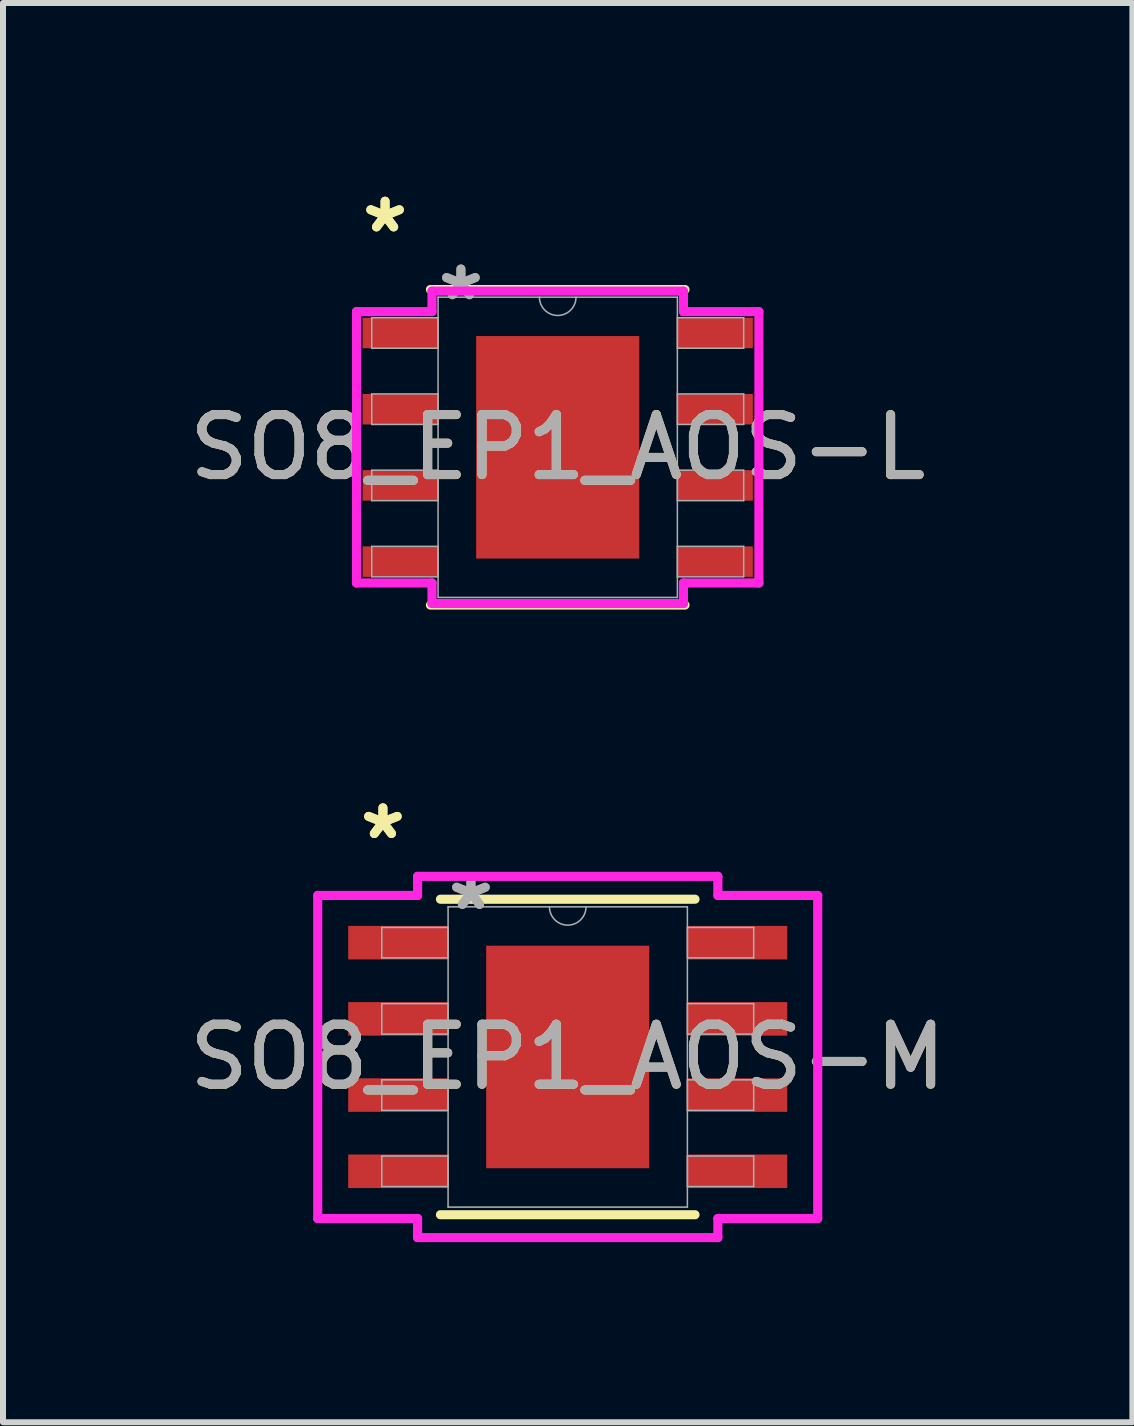
<source format=kicad_pcb>
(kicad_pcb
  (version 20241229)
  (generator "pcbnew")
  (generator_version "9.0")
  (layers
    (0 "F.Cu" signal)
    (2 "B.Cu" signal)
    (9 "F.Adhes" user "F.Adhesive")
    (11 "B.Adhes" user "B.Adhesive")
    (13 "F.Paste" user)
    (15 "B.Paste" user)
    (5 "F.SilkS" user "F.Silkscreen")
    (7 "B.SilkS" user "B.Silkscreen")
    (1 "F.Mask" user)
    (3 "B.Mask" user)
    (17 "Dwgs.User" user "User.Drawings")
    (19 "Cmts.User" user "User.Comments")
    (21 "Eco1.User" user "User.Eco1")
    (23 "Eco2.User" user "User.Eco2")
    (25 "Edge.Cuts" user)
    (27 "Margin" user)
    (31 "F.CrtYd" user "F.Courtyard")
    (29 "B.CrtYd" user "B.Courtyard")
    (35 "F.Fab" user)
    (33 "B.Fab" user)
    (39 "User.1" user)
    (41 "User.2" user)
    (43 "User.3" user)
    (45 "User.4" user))
  (footprint "SO8_EP1_AOS-L"
    (layer "F.Cu")
    (at 6.244 4.404)
    (property "Reference" "SO8_EP1_AOS-L" (at 0 0 0) (unlocked yes) (layer "F.SilkS") (effects (font (size 1 1) (thickness 0.15))))
    (attr smd)
    (fp_line (start -2.121 2.629) (end 2.121 2.629) (stroke (width 0.152) (type solid)) (layer "F.SilkS"))
    (fp_line (start 2.121 -2.629) (end -2.121 -2.629) (stroke (width 0.152) (type solid)) (layer "F.SilkS"))
    (fp_poly (pts (xy -1.259 -1.754) (xy -1.259 -0.1) (xy -0.1 -0.1) (xy -0.1 -1.754)) (stroke (width 0) (type solid)) (fill yes) (layer "F.Paste"))
    (fp_poly (pts (xy -1.259 0.1) (xy -1.259 1.754) (xy -0.1 1.754) (xy -0.1 0.1)) (stroke (width 0) (type solid)) (fill yes) (layer "F.Paste"))
    (fp_poly (pts (xy 0.1 -1.754) (xy 0.1 -0.1) (xy 1.259 -0.1) (xy 1.259 -1.754)) (stroke (width 0) (type solid)) (fill yes) (layer "F.Paste"))
    (fp_poly (pts (xy 0.1 0.1) (xy 0.1 1.754) (xy 1.259 1.754) (xy 1.259 0.1)) (stroke (width 0) (type solid)) (fill yes) (layer "F.Paste"))
    (fp_line (start -3.353 -2.261) (end -2.095 -2.261) (stroke (width 0.152) (type solid)) (layer "F.CrtYd"))
    (fp_line (start -3.353 2.261) (end -3.353 -2.261) (stroke (width 0.152) (type solid)) (layer "F.CrtYd"))
    (fp_line (start -3.353 2.261) (end -2.095 2.261) (stroke (width 0.152) (type solid)) (layer "F.CrtYd"))
    (fp_line (start -2.095 -2.603) (end 2.095 -2.603) (stroke (width 0.152) (type solid)) (layer "F.CrtYd"))
    (fp_line (start -2.095 -2.261) (end -2.095 -2.603) (stroke (width 0.152) (type solid)) (layer "F.CrtYd"))
    (fp_line (start -2.095 2.603) (end -2.095 2.261) (stroke (width 0.152) (type solid)) (layer "F.CrtYd"))
    (fp_line (start 2.095 -2.603) (end 2.095 -2.261) (stroke (width 0.152) (type solid)) (layer "F.CrtYd"))
    (fp_line (start 2.095 2.261) (end 2.095 2.603) (stroke (width 0.152) (type solid)) (layer "F.CrtYd"))
    (fp_line (start 2.095 2.603) (end -2.095 2.603) (stroke (width 0.152) (type solid)) (layer "F.CrtYd"))
    (fp_line (start 3.353 -2.261) (end 2.095 -2.261) (stroke (width 0.152) (type solid)) (layer "F.CrtYd"))
    (fp_line (start 3.353 -2.261) (end 3.353 2.261) (stroke (width 0.152) (type solid)) (layer "F.CrtYd"))
    (fp_line (start 3.353 2.261) (end 2.095 2.261) (stroke (width 0.152) (type solid)) (layer "F.CrtYd"))
    (fp_line (start -3.099 -2.159) (end -3.099 -1.651) (stroke (width 0.025) (type solid)) (layer "F.Fab"))
    (fp_line (start -3.099 -1.651) (end -1.994 -1.651) (stroke (width 0.025) (type solid)) (layer "F.Fab"))
    (fp_line (start -3.099 -0.889) (end -3.099 -0.381) (stroke (width 0.025) (type solid)) (layer "F.Fab"))
    (fp_line (start -3.099 -0.381) (end -1.994 -0.381) (stroke (width 0.025) (type solid)) (layer "F.Fab"))
    (fp_line (start -3.099 0.381) (end -3.099 0.889) (stroke (width 0.025) (type solid)) (layer "F.Fab"))
    (fp_line (start -3.099 0.889) (end -1.994 0.889) (stroke (width 0.025) (type solid)) (layer "F.Fab"))
    (fp_line (start -3.099 1.651) (end -3.099 2.159) (stroke (width 0.025) (type solid)) (layer "F.Fab"))
    (fp_line (start -3.099 2.159) (end -1.994 2.159) (stroke (width 0.025) (type solid)) (layer "F.Fab"))
    (fp_line (start -1.994 -2.502) (end -1.994 2.502) (stroke (width 0.025) (type solid)) (layer "F.Fab"))
    (fp_line (start -1.994 -2.159) (end -3.099 -2.159) (stroke (width 0.025) (type solid)) (layer "F.Fab"))
    (fp_line (start -1.994 -1.651) (end -1.994 -2.159) (stroke (width 0.025) (type solid)) (layer "F.Fab"))
    (fp_line (start -1.994 -0.889) (end -3.099 -0.889) (stroke (width 0.025) (type solid)) (layer "F.Fab"))
    (fp_line (start -1.994 -0.381) (end -1.994 -0.889) (stroke (width 0.025) (type solid)) (layer "F.Fab"))
    (fp_line (start -1.994 0.381) (end -3.099 0.381) (stroke (width 0.025) (type solid)) (layer "F.Fab"))
    (fp_line (start -1.994 0.889) (end -1.994 0.381) (stroke (width 0.025) (type solid)) (layer "F.Fab"))
    (fp_line (start -1.994 1.651) (end -3.099 1.651) (stroke (width 0.025) (type solid)) (layer "F.Fab"))
    (fp_line (start -1.994 2.159) (end -1.994 1.651) (stroke (width 0.025) (type solid)) (layer "F.Fab"))
    (fp_line (start -1.994 2.502) (end 1.994 2.502) (stroke (width 0.025) (type solid)) (layer "F.Fab"))
    (fp_line (start 1.994 -2.502) (end -1.994 -2.502) (stroke (width 0.025) (type solid)) (layer "F.Fab"))
    (fp_line (start 1.994 -2.159) (end 1.994 -1.651) (stroke (width 0.025) (type solid)) (layer "F.Fab"))
    (fp_line (start 1.994 -1.651) (end 3.099 -1.651) (stroke (width 0.025) (type solid)) (layer "F.Fab"))
    (fp_line (start 1.994 -0.889) (end 1.994 -0.381) (stroke (width 0.025) (type solid)) (layer "F.Fab"))
    (fp_line (start 1.994 -0.381) (end 3.099 -0.381) (stroke (width 0.025) (type solid)) (layer "F.Fab"))
    (fp_line (start 1.994 0.381) (end 1.994 0.889) (stroke (width 0.025) (type solid)) (layer "F.Fab"))
    (fp_line (start 1.994 0.889) (end 3.099 0.889) (stroke (width 0.025) (type solid)) (layer "F.Fab"))
    (fp_line (start 1.994 1.651) (end 1.994 2.159) (stroke (width 0.025) (type solid)) (layer "F.Fab"))
    (fp_line (start 1.994 2.159) (end 3.099 2.159) (stroke (width 0.025) (type solid)) (layer "F.Fab"))
    (fp_line (start 1.994 2.502) (end 1.994 -2.502) (stroke (width 0.025) (type solid)) (layer "F.Fab"))
    (fp_line (start 3.099 -2.159) (end 1.994 -2.159) (stroke (width 0.025) (type solid)) (layer "F.Fab"))
    (fp_line (start 3.099 -1.651) (end 3.099 -2.159) (stroke (width 0.025) (type solid)) (layer "F.Fab"))
    (fp_line (start 3.099 -0.889) (end 1.994 -0.889) (stroke (width 0.025) (type solid)) (layer "F.Fab"))
    (fp_line (start 3.099 -0.381) (end 3.099 -0.889) (stroke (width 0.025) (type solid)) (layer "F.Fab"))
    (fp_line (start 3.099 0.381) (end 1.994 0.381) (stroke (width 0.025) (type solid)) (layer "F.Fab"))
    (fp_line (start 3.099 0.889) (end 3.099 0.381) (stroke (width 0.025) (type solid)) (layer "F.Fab"))
    (fp_line (start 3.099 1.651) (end 1.994 1.651) (stroke (width 0.025) (type solid)) (layer "F.Fab"))
    (fp_line (start 3.099 2.159) (end 3.099 1.651) (stroke (width 0.025) (type solid)) (layer "F.Fab"))
    (fp_arc (start 0.3048 -2.5019) (mid 0 -2.1971) (end -0.3048 -2.5019) (stroke (width 0.0254) (type solid)) (layer "F.Fab"))
    (fp_text user "*" (at -2.877 -3.556 0) (layer "F.SilkS") (effects (font (size 1 1) (thickness 0.15))))
    (fp_text user "*" (at -2.877 -3.556 0) (unlocked yes) (layer "F.SilkS") (effects (font (size 1 1) (thickness 0.15))))
    (fp_text user "*" (at -1.613 -2.426 0) (layer "F.Fab") (effects (font (size 1 1) (thickness 0.15))))
    (fp_text user "${REFERENCE}" (at 0 0 0) (unlocked yes) (layer "F.Fab") (effects (font (size 1 1) (thickness 0.15))))
    (fp_text user "*" (at -1.613 -2.426 0) (unlocked yes) (layer "F.Fab") (effects (font (size 1 1) (thickness 0.15))))
    (pad "1" smd rect (at -2.623 -1.905) (size 1.257 0.508) (layers "F.Cu" "F.Mask" "F.Paste"))
    (pad "2" smd rect (at -2.623 -0.635) (size 1.257 0.508) (layers "F.Cu" "F.Mask" "F.Paste"))
    (pad "3" smd rect (at -2.623 0.635) (size 1.257 0.508) (layers "F.Cu" "F.Mask" "F.Paste"))
    (pad "4" smd rect (at -2.623 1.905) (size 1.257 0.508) (layers "F.Cu" "F.Mask" "F.Paste"))
    (pad "5" smd rect (at 2.623 1.905) (size 1.257 0.508) (layers "F.Cu" "F.Mask" "F.Paste"))
    (pad "6" smd rect (at 2.623 0.635) (size 1.257 0.508) (layers "F.Cu" "F.Mask" "F.Paste"))
    (pad "7" smd rect (at 2.623 -0.635) (size 1.257 0.508) (layers "F.Cu" "F.Mask" "F.Paste"))
    (pad "8" smd rect (at 2.623 -1.905) (size 1.257 0.508) (layers "F.Cu" "F.Mask" "F.Paste"))
    (pad "EPAD" smd rect (at 0 0) (size 2.718 3.708) (layers "F.Cu" "F.Mask")))
  (footprint "SO8_EP1_AOS-M"
    (layer "F.Cu")
    (at 6.411 14.564)
    (property "Reference" "SO8_EP1_AOS-M" (at 0 0 0) (unlocked yes) (layer "F.SilkS") (effects (font (size 1 1) (thickness 0.15))))
    (attr smd)
    (fp_line (start -2.121 2.629) (end 2.121 2.629) (stroke (width 0.152) (type solid)) (layer "F.SilkS"))
    (fp_line (start 2.121 -2.629) (end -2.121 -2.629) (stroke (width 0.152) (type solid)) (layer "F.SilkS"))
    (fp_poly (pts (xy -1.259 -1.754) (xy -1.259 -0.1) (xy -0.1 -0.1) (xy -0.1 -1.754)) (stroke (width 0) (type solid)) (fill yes) (layer "F.Paste"))
    (fp_poly (pts (xy -1.259 0.1) (xy -1.259 1.754) (xy -0.1 1.754) (xy -0.1 0.1)) (stroke (width 0) (type solid)) (fill yes) (layer "F.Paste"))
    (fp_poly (pts (xy 0.1 -1.754) (xy 0.1 -0.1) (xy 1.259 -0.1) (xy 1.259 -1.754)) (stroke (width 0) (type solid)) (fill yes) (layer "F.Paste"))
    (fp_poly (pts (xy 0.1 0.1) (xy 0.1 1.754) (xy 1.259 1.754) (xy 1.259 0.1)) (stroke (width 0) (type solid)) (fill yes) (layer "F.Paste"))
    (fp_line (start -4.166 -2.692) (end -2.502 -2.692) (stroke (width 0.152) (type solid)) (layer "F.CrtYd"))
    (fp_line (start -4.166 2.692) (end -4.166 -2.692) (stroke (width 0.152) (type solid)) (layer "F.CrtYd"))
    (fp_line (start -4.166 2.692) (end -2.502 2.692) (stroke (width 0.152) (type solid)) (layer "F.CrtYd"))
    (fp_line (start -2.502 -3.01) (end 2.502 -3.01) (stroke (width 0.152) (type solid)) (layer "F.CrtYd"))
    (fp_line (start -2.502 -2.692) (end -2.502 -3.01) (stroke (width 0.152) (type solid)) (layer "F.CrtYd"))
    (fp_line (start -2.502 3.01) (end -2.502 2.692) (stroke (width 0.152) (type solid)) (layer "F.CrtYd"))
    (fp_line (start 2.502 -3.01) (end 2.502 -2.692) (stroke (width 0.152) (type solid)) (layer "F.CrtYd"))
    (fp_line (start 2.502 2.692) (end 2.502 3.01) (stroke (width 0.152) (type solid)) (layer "F.CrtYd"))
    (fp_line (start 2.502 3.01) (end -2.502 3.01) (stroke (width 0.152) (type solid)) (layer "F.CrtYd"))
    (fp_line (start 4.166 -2.692) (end 2.502 -2.692) (stroke (width 0.152) (type solid)) (layer "F.CrtYd"))
    (fp_line (start 4.166 -2.692) (end 4.166 2.692) (stroke (width 0.152) (type solid)) (layer "F.CrtYd"))
    (fp_line (start 4.166 2.692) (end 2.502 2.692) (stroke (width 0.152) (type solid)) (layer "F.CrtYd"))
    (fp_line (start -3.099 -2.159) (end -3.099 -1.651) (stroke (width 0.025) (type solid)) (layer "F.Fab"))
    (fp_line (start -3.099 -1.651) (end -1.994 -1.651) (stroke (width 0.025) (type solid)) (layer "F.Fab"))
    (fp_line (start -3.099 -0.889) (end -3.099 -0.381) (stroke (width 0.025) (type solid)) (layer "F.Fab"))
    (fp_line (start -3.099 -0.381) (end -1.994 -0.381) (stroke (width 0.025) (type solid)) (layer "F.Fab"))
    (fp_line (start -3.099 0.381) (end -3.099 0.889) (stroke (width 0.025) (type solid)) (layer "F.Fab"))
    (fp_line (start -3.099 0.889) (end -1.994 0.889) (stroke (width 0.025) (type solid)) (layer "F.Fab"))
    (fp_line (start -3.099 1.651) (end -3.099 2.159) (stroke (width 0.025) (type solid)) (layer "F.Fab"))
    (fp_line (start -3.099 2.159) (end -1.994 2.159) (stroke (width 0.025) (type solid)) (layer "F.Fab"))
    (fp_line (start -1.994 -2.502) (end -1.994 2.502) (stroke (width 0.025) (type solid)) (layer "F.Fab"))
    (fp_line (start -1.994 -2.159) (end -3.099 -2.159) (stroke (width 0.025) (type solid)) (layer "F.Fab"))
    (fp_line (start -1.994 -1.651) (end -1.994 -2.159) (stroke (width 0.025) (type solid)) (layer "F.Fab"))
    (fp_line (start -1.994 -0.889) (end -3.099 -0.889) (stroke (width 0.025) (type solid)) (layer "F.Fab"))
    (fp_line (start -1.994 -0.381) (end -1.994 -0.889) (stroke (width 0.025) (type solid)) (layer "F.Fab"))
    (fp_line (start -1.994 0.381) (end -3.099 0.381) (stroke (width 0.025) (type solid)) (layer "F.Fab"))
    (fp_line (start -1.994 0.889) (end -1.994 0.381) (stroke (width 0.025) (type solid)) (layer "F.Fab"))
    (fp_line (start -1.994 1.651) (end -3.099 1.651) (stroke (width 0.025) (type solid)) (layer "F.Fab"))
    (fp_line (start -1.994 2.159) (end -1.994 1.651) (stroke (width 0.025) (type solid)) (layer "F.Fab"))
    (fp_line (start -1.994 2.502) (end 1.994 2.502) (stroke (width 0.025) (type solid)) (layer "F.Fab"))
    (fp_line (start 1.994 -2.502) (end -1.994 -2.502) (stroke (width 0.025) (type solid)) (layer "F.Fab"))
    (fp_line (start 1.994 -2.159) (end 1.994 -1.651) (stroke (width 0.025) (type solid)) (layer "F.Fab"))
    (fp_line (start 1.994 -1.651) (end 3.099 -1.651) (stroke (width 0.025) (type solid)) (layer "F.Fab"))
    (fp_line (start 1.994 -0.889) (end 1.994 -0.381) (stroke (width 0.025) (type solid)) (layer "F.Fab"))
    (fp_line (start 1.994 -0.381) (end 3.099 -0.381) (stroke (width 0.025) (type solid)) (layer "F.Fab"))
    (fp_line (start 1.994 0.381) (end 1.994 0.889) (stroke (width 0.025) (type solid)) (layer "F.Fab"))
    (fp_line (start 1.994 0.889) (end 3.099 0.889) (stroke (width 0.025) (type solid)) (layer "F.Fab"))
    (fp_line (start 1.994 1.651) (end 1.994 2.159) (stroke (width 0.025) (type solid)) (layer "F.Fab"))
    (fp_line (start 1.994 2.159) (end 3.099 2.159) (stroke (width 0.025) (type solid)) (layer "F.Fab"))
    (fp_line (start 1.994 2.502) (end 1.994 -2.502) (stroke (width 0.025) (type solid)) (layer "F.Fab"))
    (fp_line (start 3.099 -2.159) (end 1.994 -2.159) (stroke (width 0.025) (type solid)) (layer "F.Fab"))
    (fp_line (start 3.099 -1.651) (end 3.099 -2.159) (stroke (width 0.025) (type solid)) (layer "F.Fab"))
    (fp_line (start 3.099 -0.889) (end 1.994 -0.889) (stroke (width 0.025) (type solid)) (layer "F.Fab"))
    (fp_line (start 3.099 -0.381) (end 3.099 -0.889) (stroke (width 0.025) (type solid)) (layer "F.Fab"))
    (fp_line (start 3.099 0.381) (end 1.994 0.381) (stroke (width 0.025) (type solid)) (layer "F.Fab"))
    (fp_line (start 3.099 0.889) (end 3.099 0.381) (stroke (width 0.025) (type solid)) (layer "F.Fab"))
    (fp_line (start 3.099 1.651) (end 1.994 1.651) (stroke (width 0.025) (type solid)) (layer "F.Fab"))
    (fp_line (start 3.099 2.159) (end 3.099 1.651) (stroke (width 0.025) (type solid)) (layer "F.Fab"))
    (fp_arc (start 0.3048 -2.5019) (mid 0 -2.1971) (end -0.3048 -2.5019) (stroke (width 0.0254) (type solid)) (layer "F.Fab"))
    (fp_text user "*" (at -3.08 -3.607 0) (layer "F.SilkS") (effects (font (size 1 1) (thickness 0.15))))
    (fp_text user "*" (at -3.08 -3.607 0) (unlocked yes) (layer "F.SilkS") (effects (font (size 1 1) (thickness 0.15))))
    (fp_text user "${REFERENCE}" (at 0 0 0) (unlocked yes) (layer "F.Fab") (effects (font (size 1 1) (thickness 0.15))))
    (fp_text user "*" (at -1.613 -2.426 0) (layer "F.Fab") (effects (font (size 1 1) (thickness 0.15))))
    (fp_text user "*" (at -1.613 -2.426 0) (unlocked yes) (layer "F.Fab") (effects (font (size 1 1) (thickness 0.15))))
    (pad "1" smd rect (at -2.826 -1.905) (size 1.664 0.559) (layers "F.Cu" "F.Mask" "F.Paste"))
    (pad "2" smd rect (at -2.826 -0.635) (size 1.664 0.559) (layers "F.Cu" "F.Mask" "F.Paste"))
    (pad "3" smd rect (at -2.826 0.635) (size 1.664 0.559) (layers "F.Cu" "F.Mask" "F.Paste"))
    (pad "4" smd rect (at -2.826 1.905) (size 1.664 0.559) (layers "F.Cu" "F.Mask" "F.Paste"))
    (pad "5" smd rect (at 2.826 1.905) (size 1.664 0.559) (layers "F.Cu" "F.Mask" "F.Paste"))
    (pad "6" smd rect (at 2.826 0.635) (size 1.664 0.559) (layers "F.Cu" "F.Mask" "F.Paste"))
    (pad "7" smd rect (at 2.826 -0.635) (size 1.664 0.559) (layers "F.Cu" "F.Mask" "F.Paste"))
    (pad "8" smd rect (at 2.826 -1.905) (size 1.664 0.559) (layers "F.Cu" "F.Mask" "F.Paste"))
    (pad "EPAD" smd rect (at 0 0) (size 2.718 3.708) (layers "F.Cu" "F.Mask")))
  (gr_rect
    (start -3 -3)
    (end 15.821 20.651)
    (stroke (width 0.1) (type default))
    (fill no)
    (layer "Edge.Cuts")))
</source>
